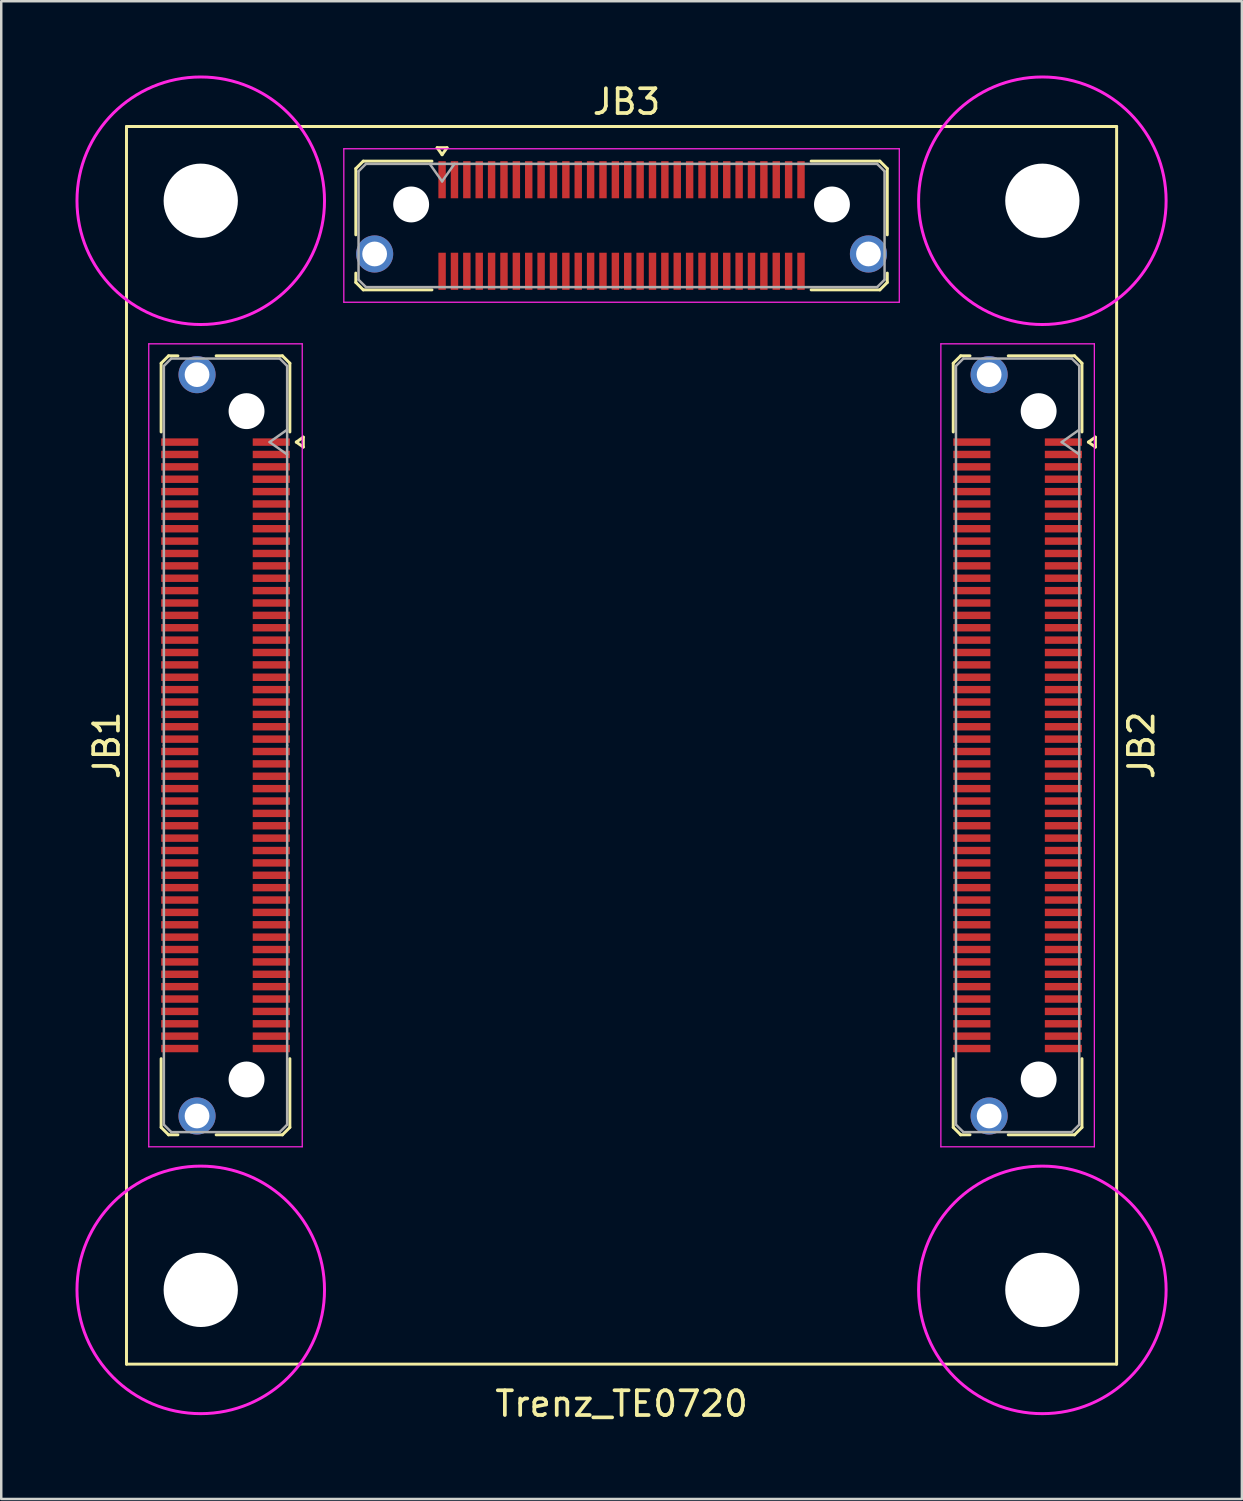
<source format=kicad_pcb>
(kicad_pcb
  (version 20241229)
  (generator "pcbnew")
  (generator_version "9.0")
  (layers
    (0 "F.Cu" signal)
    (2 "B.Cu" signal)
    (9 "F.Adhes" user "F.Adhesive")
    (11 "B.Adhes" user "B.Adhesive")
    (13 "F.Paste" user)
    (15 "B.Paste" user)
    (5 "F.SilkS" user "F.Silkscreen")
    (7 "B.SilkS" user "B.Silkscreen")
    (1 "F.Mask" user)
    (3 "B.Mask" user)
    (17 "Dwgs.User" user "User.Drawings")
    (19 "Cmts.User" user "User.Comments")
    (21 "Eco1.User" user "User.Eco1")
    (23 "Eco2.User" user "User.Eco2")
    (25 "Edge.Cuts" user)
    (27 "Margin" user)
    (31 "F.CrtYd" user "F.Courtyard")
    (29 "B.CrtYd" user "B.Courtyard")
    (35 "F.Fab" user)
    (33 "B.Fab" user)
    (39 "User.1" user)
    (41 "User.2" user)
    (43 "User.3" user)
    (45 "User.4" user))
  (footprint "Trenz_TE0720"
    (layer "F.Cu")
    (at 22.06 27.06)
    (property "Reference" "Trenz_TE0720" (at 0 26.6 0) (layer "F.SilkS") (effects (font (size 1 1) (thickness 0.15))))
    (attr through_hole)
    (fp_line (start -20 -25) (end 20 -25) (stroke (width 0.12) (type solid)) (layer "F.SilkS"))
    (fp_line (start -20 0) (end -20 -25) (stroke (width 0.12) (type solid)) (layer "F.SilkS"))
    (fp_line (start -20 25) (end -20 0) (stroke (width 0.12) (type solid)) (layer "F.SilkS"))
    (fp_line (start -18.6 -15.435) (end -18.6 -12.66) (stroke (width 0.12) (type solid)) (layer "F.SilkS"))
    (fp_line (start -18.6 15.435) (end -18.6 12.66) (stroke (width 0.12) (type solid)) (layer "F.SilkS"))
    (fp_line (start -18.3 -15.735) (end -18.6 -15.435) (stroke (width 0.12) (type solid)) (layer "F.SilkS"))
    (fp_line (start -18.3 15.735) (end -18.6 15.435) (stroke (width 0.12) (type solid)) (layer "F.SilkS"))
    (fp_line (start -17.923 -15.735) (end -18.3 -15.735) (stroke (width 0.12) (type solid)) (layer "F.SilkS"))
    (fp_line (start -17.923 15.735) (end -18.3 15.735) (stroke (width 0.12) (type solid)) (layer "F.SilkS"))
    (fp_line (start -13.7 -15.735) (end -16.377 -15.735) (stroke (width 0.12) (type solid)) (layer "F.SilkS"))
    (fp_line (start -13.7 15.735) (end -16.377 15.735) (stroke (width 0.12) (type solid)) (layer "F.SilkS"))
    (fp_line (start -13.4 -15.435) (end -13.7 -15.735) (stroke (width 0.12) (type solid)) (layer "F.SilkS"))
    (fp_line (start -13.4 -12.66) (end -13.4 -15.435) (stroke (width 0.12) (type solid)) (layer "F.SilkS"))
    (fp_line (start -13.4 12.66) (end -13.4 15.435) (stroke (width 0.12) (type solid)) (layer "F.SilkS"))
    (fp_line (start -13.4 15.435) (end -13.7 15.735) (stroke (width 0.12) (type solid)) (layer "F.SilkS"))
    (fp_line (start -13.14 -12.25) (end -12.857 -12.45) (stroke (width 0.12) (type solid)) (layer "F.SilkS"))
    (fp_line (start -12.857 -12.45) (end -12.857 -12.05) (stroke (width 0.12) (type solid)) (layer "F.SilkS"))
    (fp_line (start -12.857 -12.05) (end -13.14 -12.25) (stroke (width 0.12) (type solid)) (layer "F.SilkS"))
    (fp_line (start -10.735 -23.3) (end -10.735 -20.623) (stroke (width 0.12) (type solid)) (layer "F.SilkS"))
    (fp_line (start -10.735 -19.077) (end -10.735 -18.7) (stroke (width 0.12) (type solid)) (layer "F.SilkS"))
    (fp_line (start -10.735 -18.7) (end -10.435 -18.4) (stroke (width 0.12) (type solid)) (layer "F.SilkS"))
    (fp_line (start -10.435 -23.6) (end -10.735 -23.3) (stroke (width 0.12) (type solid)) (layer "F.SilkS"))
    (fp_line (start -10.435 -18.4) (end -7.66 -18.4) (stroke (width 0.12) (type solid)) (layer "F.SilkS"))
    (fp_line (start -7.66 -23.6) (end -10.435 -23.6) (stroke (width 0.12) (type solid)) (layer "F.SilkS"))
    (fp_line (start -7.45 -24.143) (end -7.05 -24.143) (stroke (width 0.12) (type solid)) (layer "F.SilkS"))
    (fp_line (start -7.25 -23.86) (end -7.45 -24.143) (stroke (width 0.12) (type solid)) (layer "F.SilkS"))
    (fp_line (start -7.05 -24.143) (end -7.25 -23.86) (stroke (width 0.12) (type solid)) (layer "F.SilkS"))
    (fp_line (start 7.66 -23.6) (end 10.435 -23.6) (stroke (width 0.12) (type solid)) (layer "F.SilkS"))
    (fp_line (start 10.435 -23.6) (end 10.735 -23.3) (stroke (width 0.12) (type solid)) (layer "F.SilkS"))
    (fp_line (start 10.435 -18.4) (end 7.66 -18.4) (stroke (width 0.12) (type solid)) (layer "F.SilkS"))
    (fp_line (start 10.735 -23.3) (end 10.735 -20.623) (stroke (width 0.12) (type solid)) (layer "F.SilkS"))
    (fp_line (start 10.735 -19.077) (end 10.735 -18.7) (stroke (width 0.12) (type solid)) (layer "F.SilkS"))
    (fp_line (start 10.735 -18.7) (end 10.435 -18.4) (stroke (width 0.12) (type solid)) (layer "F.SilkS"))
    (fp_line (start 13.4 -15.435) (end 13.4 -12.66) (stroke (width 0.12) (type solid)) (layer "F.SilkS"))
    (fp_line (start 13.4 15.435) (end 13.4 12.66) (stroke (width 0.12) (type solid)) (layer "F.SilkS"))
    (fp_line (start 13.7 -15.735) (end 13.4 -15.435) (stroke (width 0.12) (type solid)) (layer "F.SilkS"))
    (fp_line (start 13.7 15.735) (end 13.4 15.435) (stroke (width 0.12) (type solid)) (layer "F.SilkS"))
    (fp_line (start 14.077 -15.735) (end 13.7 -15.735) (stroke (width 0.12) (type solid)) (layer "F.SilkS"))
    (fp_line (start 14.077 15.735) (end 13.7 15.735) (stroke (width 0.12) (type solid)) (layer "F.SilkS"))
    (fp_line (start 18.3 -15.735) (end 15.623 -15.735) (stroke (width 0.12) (type solid)) (layer "F.SilkS"))
    (fp_line (start 18.3 15.735) (end 15.623 15.735) (stroke (width 0.12) (type solid)) (layer "F.SilkS"))
    (fp_line (start 18.6 -15.435) (end 18.3 -15.735) (stroke (width 0.12) (type solid)) (layer "F.SilkS"))
    (fp_line (start 18.6 -12.66) (end 18.6 -15.435) (stroke (width 0.12) (type solid)) (layer "F.SilkS"))
    (fp_line (start 18.6 12.66) (end 18.6 15.435) (stroke (width 0.12) (type solid)) (layer "F.SilkS"))
    (fp_line (start 18.6 15.435) (end 18.3 15.735) (stroke (width 0.12) (type solid)) (layer "F.SilkS"))
    (fp_line (start 18.86 -12.25) (end 19.143 -12.45) (stroke (width 0.12) (type solid)) (layer "F.SilkS"))
    (fp_line (start 19.143 -12.45) (end 19.143 -12.05) (stroke (width 0.12) (type solid)) (layer "F.SilkS"))
    (fp_line (start 19.143 -12.05) (end 18.86 -12.25) (stroke (width 0.12) (type solid)) (layer "F.SilkS"))
    (fp_line (start 20 -25) (end 20 25) (stroke (width 0.12) (type solid)) (layer "F.SilkS"))
    (fp_line (start 20 25) (end -20 25) (stroke (width 0.12) (type solid)) (layer "F.SilkS"))
    (fp_line (start -19.1 -16.22) (end -19.1 16.22) (stroke (width 0.05) (type solid)) (layer "F.CrtYd"))
    (fp_line (start -19.1 16.22) (end -12.9 16.22) (stroke (width 0.05) (type solid)) (layer "F.CrtYd"))
    (fp_line (start -12.9 -16.22) (end -19.1 -16.22) (stroke (width 0.05) (type solid)) (layer "F.CrtYd"))
    (fp_line (start -12.9 16.22) (end -12.9 -16.22) (stroke (width 0.05) (type solid)) (layer "F.CrtYd"))
    (fp_line (start -11.22 -24.1) (end -11.22 -17.9) (stroke (width 0.05) (type solid)) (layer "F.CrtYd"))
    (fp_line (start -11.22 -17.9) (end 11.22 -17.9) (stroke (width 0.05) (type solid)) (layer "F.CrtYd"))
    (fp_line (start 11.22 -24.1) (end -11.22 -24.1) (stroke (width 0.05) (type solid)) (layer "F.CrtYd"))
    (fp_line (start 11.22 -17.9) (end 11.22 -24.1) (stroke (width 0.05) (type solid)) (layer "F.CrtYd"))
    (fp_line (start 12.9 -16.22) (end 12.9 16.22) (stroke (width 0.05) (type solid)) (layer "F.CrtYd"))
    (fp_line (start 12.9 16.22) (end 19.1 16.22) (stroke (width 0.05) (type solid)) (layer "F.CrtYd"))
    (fp_line (start 19.1 -16.22) (end 12.9 -16.22) (stroke (width 0.05) (type solid)) (layer "F.CrtYd"))
    (fp_line (start 19.1 16.22) (end 19.1 -16.22) (stroke (width 0.05) (type solid)) (layer "F.CrtYd"))
    (fp_circle (center -17 -22) (end -12 -22) (stroke (width 0.12) (type solid)) (fill no) (layer "F.CrtYd"))
    (fp_circle (center -17 22) (end -12 22) (stroke (width 0.12) (type solid)) (fill no) (layer "F.CrtYd"))
    (fp_circle (center 17 -22) (end 22 -22) (stroke (width 0.12) (type solid)) (fill no) (layer "F.CrtYd"))
    (fp_circle (center 17 22) (end 22 22) (stroke (width 0.12) (type solid)) (fill no) (layer "F.CrtYd"))
    (fp_line (start -18.49 -15.325) (end -18.49 0) (stroke (width 0.1) (type solid)) (layer "F.Fab"))
    (fp_line (start -18.49 15.325) (end -18.49 0) (stroke (width 0.1) (type solid)) (layer "F.Fab"))
    (fp_line (start -18.19 -15.625) (end -18.49 -15.325) (stroke (width 0.1) (type solid)) (layer "F.Fab"))
    (fp_line (start -18.19 15.625) (end -18.49 15.325) (stroke (width 0.1) (type solid)) (layer "F.Fab"))
    (fp_line (start -14.217 -12.25) (end -13.51 -11.75) (stroke (width 0.1) (type solid)) (layer "F.Fab"))
    (fp_line (start -13.81 -15.625) (end -18.19 -15.625) (stroke (width 0.1) (type solid)) (layer "F.Fab"))
    (fp_line (start -13.81 15.625) (end -18.19 15.625) (stroke (width 0.1) (type solid)) (layer "F.Fab"))
    (fp_line (start -13.51 -15.325) (end -13.81 -15.625) (stroke (width 0.1) (type solid)) (layer "F.Fab"))
    (fp_line (start -13.51 -12.75) (end -14.217 -12.25) (stroke (width 0.1) (type solid)) (layer "F.Fab"))
    (fp_line (start -13.51 0) (end -13.51 -15.325) (stroke (width 0.1) (type solid)) (layer "F.Fab"))
    (fp_line (start -13.51 0) (end -13.51 15.325) (stroke (width 0.1) (type solid)) (layer "F.Fab"))
    (fp_line (start -13.51 15.325) (end -13.81 15.625) (stroke (width 0.1) (type solid)) (layer "F.Fab"))
    (fp_line (start -10.625 -23.19) (end -10.625 -18.81) (stroke (width 0.1) (type solid)) (layer "F.Fab"))
    (fp_line (start -10.625 -18.81) (end -10.325 -18.51) (stroke (width 0.1) (type solid)) (layer "F.Fab"))
    (fp_line (start -10.325 -23.49) (end -10.625 -23.19) (stroke (width 0.1) (type solid)) (layer "F.Fab"))
    (fp_line (start -10.325 -18.51) (end 0 -18.51) (stroke (width 0.1) (type solid)) (layer "F.Fab"))
    (fp_line (start -7.75 -23.49) (end -7.25 -22.783) (stroke (width 0.1) (type solid)) (layer "F.Fab"))
    (fp_line (start -7.25 -22.783) (end -6.75 -23.49) (stroke (width 0.1) (type solid)) (layer "F.Fab"))
    (fp_line (start 0 -23.49) (end -10.325 -23.49) (stroke (width 0.1) (type solid)) (layer "F.Fab"))
    (fp_line (start 0 -23.49) (end 10.325 -23.49) (stroke (width 0.1) (type solid)) (layer "F.Fab"))
    (fp_line (start 10.325 -23.49) (end 10.625 -23.19) (stroke (width 0.1) (type solid)) (layer "F.Fab"))
    (fp_line (start 10.325 -18.51) (end 0 -18.51) (stroke (width 0.1) (type solid)) (layer "F.Fab"))
    (fp_line (start 10.625 -23.19) (end 10.625 -18.81) (stroke (width 0.1) (type solid)) (layer "F.Fab"))
    (fp_line (start 10.625 -18.81) (end 10.325 -18.51) (stroke (width 0.1) (type solid)) (layer "F.Fab"))
    (fp_line (start 13.51 -15.325) (end 13.51 0) (stroke (width 0.1) (type solid)) (layer "F.Fab"))
    (fp_line (start 13.51 15.325) (end 13.51 0) (stroke (width 0.1) (type solid)) (layer "F.Fab"))
    (fp_line (start 13.81 -15.625) (end 13.51 -15.325) (stroke (width 0.1) (type solid)) (layer "F.Fab"))
    (fp_line (start 13.81 15.625) (end 13.51 15.325) (stroke (width 0.1) (type solid)) (layer "F.Fab"))
    (fp_line (start 17.783 -12.25) (end 18.49 -11.75) (stroke (width 0.1) (type solid)) (layer "F.Fab"))
    (fp_line (start 18.19 -15.625) (end 13.81 -15.625) (stroke (width 0.1) (type solid)) (layer "F.Fab"))
    (fp_line (start 18.19 15.625) (end 13.81 15.625) (stroke (width 0.1) (type solid)) (layer "F.Fab"))
    (fp_line (start 18.49 -15.325) (end 18.19 -15.625) (stroke (width 0.1) (type solid)) (layer "F.Fab"))
    (fp_line (start 18.49 -12.75) (end 17.783 -12.25) (stroke (width 0.1) (type solid)) (layer "F.Fab"))
    (fp_line (start 18.49 0) (end 18.49 -15.325) (stroke (width 0.1) (type solid)) (layer "F.Fab"))
    (fp_line (start 18.49 0) (end 18.49 15.325) (stroke (width 0.1) (type solid)) (layer "F.Fab"))
    (fp_line (start 18.49 15.325) (end 18.19 15.625) (stroke (width 0.1) (type solid)) (layer "F.Fab"))
    (fp_text user "JB2" (at 21 0 90) (layer "F.SilkS") (effects (font (size 1 1) (thickness 0.15))))
    (fp_text user "JB3" (at 0.2 -26 180) (layer "F.SilkS") (effects (font (size 1 1) (thickness 0.15))))
    (fp_text user "JB1" (at -20.8 0 270) (layer "F.SilkS") (effects (font (size 1 1) (thickness 0.15))))
    (pad "" np_thru_hole circle (at -17 -22) (size 3 3) (drill 3) (layers "*.Cu" "*.Mask"))
    (pad "" np_thru_hole circle (at -17 22) (size 3 3) (drill 3) (layers "*.Cu" "*.Mask"))
    (pad "" np_thru_hole circle (at -15.15 -13.5 270) (size 1.45 1.45) (drill 1.45) (layers "*.Cu" "*.Mask"))
    (pad "" np_thru_hole circle (at -15.15 13.5 270) (size 1.45 1.45) (drill 1.45) (layers "*.Cu" "*.Mask"))
    (pad "" np_thru_hole circle (at -8.5 -21.85) (size 1.45 1.45) (drill 1.45) (layers "*.Cu" "*.Mask"))
    (pad "" np_thru_hole circle (at 8.5 -21.85) (size 1.45 1.45) (drill 1.45) (layers "*.Cu" "*.Mask"))
    (pad "" np_thru_hole circle (at 16.85 -13.5 270) (size 1.45 1.45) (drill 1.45) (layers "*.Cu" "*.Mask"))
    (pad "" np_thru_hole circle (at 16.85 13.5 270) (size 1.45 1.45) (drill 1.45) (layers "*.Cu" "*.Mask"))
    (pad "" np_thru_hole circle (at 17 -22) (size 3 3) (drill 3) (layers "*.Cu" "*.Mask"))
    (pad "" np_thru_hole circle (at 17 22) (size 3 3) (drill 3) (layers "*.Cu" "*.Mask"))
    (pad "1.1" smd rect (at -14.15 -12.25 270) (size 0.3 1.5) (layers "F.Cu" "F.Mask" "F.Paste"))
    (pad "1.2" smd rect (at -17.85 -12.25 270) (size 0.3 1.5) (layers "F.Cu" "F.Mask" "F.Paste"))
    (pad "1.3" smd rect (at -14.15 -11.75 270) (size 0.3 1.5) (layers "F.Cu" "F.Mask" "F.Paste"))
    (pad "1.4" smd rect (at -17.85 -11.75 270) (size 0.3 1.5) (layers "F.Cu" "F.Mask" "F.Paste"))
    (pad "1.5" smd rect (at -14.15 -11.25 270) (size 0.3 1.5) (layers "F.Cu" "F.Mask" "F.Paste"))
    (pad "1.6" smd rect (at -17.85 -11.25 270) (size 0.3 1.5) (layers "F.Cu" "F.Mask" "F.Paste"))
    (pad "1.7" smd rect (at -14.15 -10.75 270) (size 0.3 1.5) (layers "F.Cu" "F.Mask" "F.Paste"))
    (pad "1.8" smd rect (at -17.85 -10.75 270) (size 0.3 1.5) (layers "F.Cu" "F.Mask" "F.Paste"))
    (pad "1.9" smd rect (at -14.15 -10.25 270) (size 0.3 1.5) (layers "F.Cu" "F.Mask" "F.Paste"))
    (pad "1.10" smd rect (at -17.85 -10.25 270) (size 0.3 1.5) (layers "F.Cu" "F.Mask" "F.Paste"))
    (pad "1.11" smd rect (at -14.15 -9.75 270) (size 0.3 1.5) (layers "F.Cu" "F.Mask" "F.Paste"))
    (pad "1.12" smd rect (at -17.85 -9.75 270) (size 0.3 1.5) (layers "F.Cu" "F.Mask" "F.Paste"))
    (pad "1.13" smd rect (at -14.15 -9.25 270) (size 0.3 1.5) (layers "F.Cu" "F.Mask" "F.Paste"))
    (pad "1.14" smd rect (at -17.85 -9.25 270) (size 0.3 1.5) (layers "F.Cu" "F.Mask" "F.Paste"))
    (pad "1.15" smd rect (at -14.15 -8.75 270) (size 0.3 1.5) (layers "F.Cu" "F.Mask" "F.Paste"))
    (pad "1.16" smd rect (at -17.85 -8.75 270) (size 0.3 1.5) (layers "F.Cu" "F.Mask" "F.Paste"))
    (pad "1.17" smd rect (at -14.15 -8.25 270) (size 0.3 1.5) (layers "F.Cu" "F.Mask" "F.Paste"))
    (pad "1.18" smd rect (at -17.85 -8.25 270) (size 0.3 1.5) (layers "F.Cu" "F.Mask" "F.Paste"))
    (pad "1.19" smd rect (at -14.15 -7.75 270) (size 0.3 1.5) (layers "F.Cu" "F.Mask" "F.Paste"))
    (pad "1.20" smd rect (at -17.85 -7.75 270) (size 0.3 1.5) (layers "F.Cu" "F.Mask" "F.Paste"))
    (pad "1.21" smd rect (at -14.15 -7.25 270) (size 0.3 1.5) (layers "F.Cu" "F.Mask" "F.Paste"))
    (pad "1.22" smd rect (at -17.85 -7.25 270) (size 0.3 1.5) (layers "F.Cu" "F.Mask" "F.Paste"))
    (pad "1.23" smd rect (at -14.15 -6.75 270) (size 0.3 1.5) (layers "F.Cu" "F.Mask" "F.Paste"))
    (pad "1.24" smd rect (at -17.85 -6.75 270) (size 0.3 1.5) (layers "F.Cu" "F.Mask" "F.Paste"))
    (pad "1.25" smd rect (at -14.15 -6.25 270) (size 0.3 1.5) (layers "F.Cu" "F.Mask" "F.Paste"))
    (pad "1.26" smd rect (at -17.85 -6.25 270) (size 0.3 1.5) (layers "F.Cu" "F.Mask" "F.Paste"))
    (pad "1.27" smd rect (at -14.15 -5.75 270) (size 0.3 1.5) (layers "F.Cu" "F.Mask" "F.Paste"))
    (pad "1.28" smd rect (at -17.85 -5.75 270) (size 0.3 1.5) (layers "F.Cu" "F.Mask" "F.Paste"))
    (pad "1.29" smd rect (at -14.15 -5.25 270) (size 0.3 1.5) (layers "F.Cu" "F.Mask" "F.Paste"))
    (pad "1.30" smd rect (at -17.85 -5.25 270) (size 0.3 1.5) (layers "F.Cu" "F.Mask" "F.Paste"))
    (pad "1.31" smd rect (at -14.15 -4.75 270) (size 0.3 1.5) (layers "F.Cu" "F.Mask" "F.Paste"))
    (pad "1.32" smd rect (at -17.85 -4.75 270) (size 0.3 1.5) (layers "F.Cu" "F.Mask" "F.Paste"))
    (pad "1.33" smd rect (at -14.15 -4.25 270) (size 0.3 1.5) (layers "F.Cu" "F.Mask" "F.Paste"))
    (pad "1.34" smd rect (at -17.85 -4.25 270) (size 0.3 1.5) (layers "F.Cu" "F.Mask" "F.Paste"))
    (pad "1.35" smd rect (at -14.15 -3.75 270) (size 0.3 1.5) (layers "F.Cu" "F.Mask" "F.Paste"))
    (pad "1.36" smd rect (at -17.85 -3.75 270) (size 0.3 1.5) (layers "F.Cu" "F.Mask" "F.Paste"))
    (pad "1.37" smd rect (at -14.15 -3.25 270) (size 0.3 1.5) (layers "F.Cu" "F.Mask" "F.Paste"))
    (pad "1.38" smd rect (at -17.85 -3.25 270) (size 0.3 1.5) (layers "F.Cu" "F.Mask" "F.Paste"))
    (pad "1.39" smd rect (at -14.15 -2.75 270) (size 0.3 1.5) (layers "F.Cu" "F.Mask" "F.Paste"))
    (pad "1.40" smd rect (at -17.85 -2.75 270) (size 0.3 1.5) (layers "F.Cu" "F.Mask" "F.Paste"))
    (pad "1.41" smd rect (at -14.15 -2.25 270) (size 0.3 1.5) (layers "F.Cu" "F.Mask" "F.Paste"))
    (pad "1.42" smd rect (at -17.85 -2.25 270) (size 0.3 1.5) (layers "F.Cu" "F.Mask" "F.Paste"))
    (pad "1.43" smd rect (at -14.15 -1.75 270) (size 0.3 1.5) (layers "F.Cu" "F.Mask" "F.Paste"))
    (pad "1.44" smd rect (at -17.85 -1.75 270) (size 0.3 1.5) (layers "F.Cu" "F.Mask" "F.Paste"))
    (pad "1.45" smd rect (at -14.15 -1.25 270) (size 0.3 1.5) (layers "F.Cu" "F.Mask" "F.Paste"))
    (pad "1.46" smd rect (at -17.85 -1.25 270) (size 0.3 1.5) (layers "F.Cu" "F.Mask" "F.Paste"))
    (pad "1.47" smd rect (at -14.15 -0.75 270) (size 0.3 1.5) (layers "F.Cu" "F.Mask" "F.Paste"))
    (pad "1.48" smd rect (at -17.85 -0.75 270) (size 0.3 1.5) (layers "F.Cu" "F.Mask" "F.Paste"))
    (pad "1.49" smd rect (at -14.15 -0.25 270) (size 0.3 1.5) (layers "F.Cu" "F.Mask" "F.Paste"))
    (pad "1.50" smd rect (at -17.85 -0.25 270) (size 0.3 1.5) (layers "F.Cu" "F.Mask" "F.Paste"))
    (pad "1.51" smd rect (at -14.15 0.25 270) (size 0.3 1.5) (layers "F.Cu" "F.Mask" "F.Paste"))
    (pad "1.52" smd rect (at -17.85 0.25 270) (size 0.3 1.5) (layers "F.Cu" "F.Mask" "F.Paste"))
    (pad "1.53" smd rect (at -14.15 0.75 270) (size 0.3 1.5) (layers "F.Cu" "F.Mask" "F.Paste"))
    (pad "1.54" smd rect (at -17.85 0.75 270) (size 0.3 1.5) (layers "F.Cu" "F.Mask" "F.Paste"))
    (pad "1.55" smd rect (at -14.15 1.25 270) (size 0.3 1.5) (layers "F.Cu" "F.Mask" "F.Paste"))
    (pad "1.56" smd rect (at -17.85 1.25 270) (size 0.3 1.5) (layers "F.Cu" "F.Mask" "F.Paste"))
    (pad "1.57" smd rect (at -14.15 1.75 270) (size 0.3 1.5) (layers "F.Cu" "F.Mask" "F.Paste"))
    (pad "1.58" smd rect (at -17.85 1.75 270) (size 0.3 1.5) (layers "F.Cu" "F.Mask" "F.Paste"))
    (pad "1.59" smd rect (at -14.15 2.25 270) (size 0.3 1.5) (layers "F.Cu" "F.Mask" "F.Paste"))
    (pad "1.60" smd rect (at -17.85 2.25 270) (size 0.3 1.5) (layers "F.Cu" "F.Mask" "F.Paste"))
    (pad "1.61" smd rect (at -14.15 2.75 270) (size 0.3 1.5) (layers "F.Cu" "F.Mask" "F.Paste"))
    (pad "1.62" smd rect (at -17.85 2.75 270) (size 0.3 1.5) (layers "F.Cu" "F.Mask" "F.Paste"))
    (pad "1.63" smd rect (at -14.15 3.25 270) (size 0.3 1.5) (layers "F.Cu" "F.Mask" "F.Paste"))
    (pad "1.64" smd rect (at -17.85 3.25 270) (size 0.3 1.5) (layers "F.Cu" "F.Mask" "F.Paste"))
    (pad "1.65" smd rect (at -14.15 3.75 270) (size 0.3 1.5) (layers "F.Cu" "F.Mask" "F.Paste"))
    (pad "1.66" smd rect (at -17.85 3.75 270) (size 0.3 1.5) (layers "F.Cu" "F.Mask" "F.Paste"))
    (pad "1.67" smd rect (at -14.15 4.25 270) (size 0.3 1.5) (layers "F.Cu" "F.Mask" "F.Paste"))
    (pad "1.68" smd rect (at -17.85 4.25 270) (size 0.3 1.5) (layers "F.Cu" "F.Mask" "F.Paste"))
    (pad "1.69" smd rect (at -14.15 4.75 270) (size 0.3 1.5) (layers "F.Cu" "F.Mask" "F.Paste"))
    (pad "1.70" smd rect (at -17.85 4.75 270) (size 0.3 1.5) (layers "F.Cu" "F.Mask" "F.Paste"))
    (pad "1.71" smd rect (at -14.15 5.25 270) (size 0.3 1.5) (layers "F.Cu" "F.Mask" "F.Paste"))
    (pad "1.72" smd rect (at -17.85 5.25 270) (size 0.3 1.5) (layers "F.Cu" "F.Mask" "F.Paste"))
    (pad "1.73" smd rect (at -14.15 5.75 270) (size 0.3 1.5) (layers "F.Cu" "F.Mask" "F.Paste"))
    (pad "1.74" smd rect (at -17.85 5.75 270) (size 0.3 1.5) (layers "F.Cu" "F.Mask" "F.Paste"))
    (pad "1.75" smd rect (at -14.15 6.25 270) (size 0.3 1.5) (layers "F.Cu" "F.Mask" "F.Paste"))
    (pad "1.76" smd rect (at -17.85 6.25 270) (size 0.3 1.5) (layers "F.Cu" "F.Mask" "F.Paste"))
    (pad "1.77" smd rect (at -14.15 6.75 270) (size 0.3 1.5) (layers "F.Cu" "F.Mask" "F.Paste"))
    (pad "1.78" smd rect (at -17.85 6.75 270) (size 0.3 1.5) (layers "F.Cu" "F.Mask" "F.Paste"))
    (pad "1.79" smd rect (at -14.15 7.25 270) (size 0.3 1.5) (layers "F.Cu" "F.Mask" "F.Paste"))
    (pad "1.80" smd rect (at -17.85 7.25 270) (size 0.3 1.5) (layers "F.Cu" "F.Mask" "F.Paste"))
    (pad "1.81" smd rect (at -14.15 7.75 270) (size 0.3 1.5) (layers "F.Cu" "F.Mask" "F.Paste"))
    (pad "1.82" smd rect (at -17.85 7.75 270) (size 0.3 1.5) (layers "F.Cu" "F.Mask" "F.Paste"))
    (pad "1.83" smd rect (at -14.15 8.25 270) (size 0.3 1.5) (layers "F.Cu" "F.Mask" "F.Paste"))
    (pad "1.84" smd rect (at -17.85 8.25 270) (size 0.3 1.5) (layers "F.Cu" "F.Mask" "F.Paste"))
    (pad "1.85" smd rect (at -14.15 8.75 270) (size 0.3 1.5) (layers "F.Cu" "F.Mask" "F.Paste"))
    (pad "1.86" smd rect (at -17.85 8.75 270) (size 0.3 1.5) (layers "F.Cu" "F.Mask" "F.Paste"))
    (pad "1.87" smd rect (at -14.15 9.25 270) (size 0.3 1.5) (layers "F.Cu" "F.Mask" "F.Paste"))
    (pad "1.88" smd rect (at -17.85 9.25 270) (size 0.3 1.5) (layers "F.Cu" "F.Mask" "F.Paste"))
    (pad "1.89" smd rect (at -14.15 9.75 270) (size 0.3 1.5) (layers "F.Cu" "F.Mask" "F.Paste"))
    (pad "1.90" smd rect (at -17.85 9.75 270) (size 0.3 1.5) (layers "F.Cu" "F.Mask" "F.Paste"))
    (pad "1.91" smd rect (at -14.15 10.25 270) (size 0.3 1.5) (layers "F.Cu" "F.Mask" "F.Paste"))
    (pad "1.92" smd rect (at -17.85 10.25 270) (size 0.3 1.5) (layers "F.Cu" "F.Mask" "F.Paste"))
    (pad "1.93" smd rect (at -14.15 10.75 270) (size 0.3 1.5) (layers "F.Cu" "F.Mask" "F.Paste"))
    (pad "1.94" smd rect (at -17.85 10.75 270) (size 0.3 1.5) (layers "F.Cu" "F.Mask" "F.Paste"))
    (pad "1.95" smd rect (at -14.15 11.25 270) (size 0.3 1.5) (layers "F.Cu" "F.Mask" "F.Paste"))
    (pad "1.96" smd rect (at -17.85 11.25 270) (size 0.3 1.5) (layers "F.Cu" "F.Mask" "F.Paste"))
    (pad "1.97" smd rect (at -14.15 11.75 270) (size 0.3 1.5) (layers "F.Cu" "F.Mask" "F.Paste"))
    (pad "1.98" smd rect (at -17.85 11.75 270) (size 0.3 1.5) (layers "F.Cu" "F.Mask" "F.Paste"))
    (pad "1.99" smd rect (at -14.15 12.25 270) (size 0.3 1.5) (layers "F.Cu" "F.Mask" "F.Paste"))
    (pad "1.100" smd rect (at -17.85 12.25 270) (size 0.3 1.5) (layers "F.Cu" "F.Mask" "F.Paste"))
    (pad "2.1" smd rect (at 17.85 -12.25 270) (size 0.3 1.5) (layers "F.Cu" "F.Mask" "F.Paste"))
    (pad "2.2" smd rect (at 14.15 -12.25 270) (size 0.3 1.5) (layers "F.Cu" "F.Mask" "F.Paste"))
    (pad "2.3" smd rect (at 17.85 -11.75 270) (size 0.3 1.5) (layers "F.Cu" "F.Mask" "F.Paste"))
    (pad "2.4" smd rect (at 14.15 -11.75 270) (size 0.3 1.5) (layers "F.Cu" "F.Mask" "F.Paste"))
    (pad "2.5" smd rect (at 17.85 -11.25 270) (size 0.3 1.5) (layers "F.Cu" "F.Mask" "F.Paste"))
    (pad "2.6" smd rect (at 14.15 -11.25 270) (size 0.3 1.5) (layers "F.Cu" "F.Mask" "F.Paste"))
    (pad "2.7" smd rect (at 17.85 -10.75 270) (size 0.3 1.5) (layers "F.Cu" "F.Mask" "F.Paste"))
    (pad "2.8" smd rect (at 14.15 -10.75 270) (size 0.3 1.5) (layers "F.Cu" "F.Mask" "F.Paste"))
    (pad "2.9" smd rect (at 17.85 -10.25 270) (size 0.3 1.5) (layers "F.Cu" "F.Mask" "F.Paste"))
    (pad "2.10" smd rect (at 14.15 -10.25 270) (size 0.3 1.5) (layers "F.Cu" "F.Mask" "F.Paste"))
    (pad "2.11" smd rect (at 17.85 -9.75 270) (size 0.3 1.5) (layers "F.Cu" "F.Mask" "F.Paste"))
    (pad "2.12" smd rect (at 14.15 -9.75 270) (size 0.3 1.5) (layers "F.Cu" "F.Mask" "F.Paste"))
    (pad "2.13" smd rect (at 17.85 -9.25 270) (size 0.3 1.5) (layers "F.Cu" "F.Mask" "F.Paste"))
    (pad "2.14" smd rect (at 14.15 -9.25 270) (size 0.3 1.5) (layers "F.Cu" "F.Mask" "F.Paste"))
    (pad "2.15" smd rect (at 17.85 -8.75 270) (size 0.3 1.5) (layers "F.Cu" "F.Mask" "F.Paste"))
    (pad "2.16" smd rect (at 14.15 -8.75 270) (size 0.3 1.5) (layers "F.Cu" "F.Mask" "F.Paste"))
    (pad "2.17" smd rect (at 17.85 -8.25 270) (size 0.3 1.5) (layers "F.Cu" "F.Mask" "F.Paste"))
    (pad "2.18" smd rect (at 14.15 -8.25 270) (size 0.3 1.5) (layers "F.Cu" "F.Mask" "F.Paste"))
    (pad "2.19" smd rect (at 17.85 -7.75 270) (size 0.3 1.5) (layers "F.Cu" "F.Mask" "F.Paste"))
    (pad "2.20" smd rect (at 14.15 -7.75 270) (size 0.3 1.5) (layers "F.Cu" "F.Mask" "F.Paste"))
    (pad "2.21" smd rect (at 17.85 -7.25 270) (size 0.3 1.5) (layers "F.Cu" "F.Mask" "F.Paste"))
    (pad "2.22" smd rect (at 14.15 -7.25 270) (size 0.3 1.5) (layers "F.Cu" "F.Mask" "F.Paste"))
    (pad "2.23" smd rect (at 17.85 -6.75 270) (size 0.3 1.5) (layers "F.Cu" "F.Mask" "F.Paste"))
    (pad "2.24" smd rect (at 14.15 -6.75 270) (size 0.3 1.5) (layers "F.Cu" "F.Mask" "F.Paste"))
    (pad "2.25" smd rect (at 17.85 -6.25 270) (size 0.3 1.5) (layers "F.Cu" "F.Mask" "F.Paste"))
    (pad "2.26" smd rect (at 14.15 -6.25 270) (size 0.3 1.5) (layers "F.Cu" "F.Mask" "F.Paste"))
    (pad "2.27" smd rect (at 17.85 -5.75 270) (size 0.3 1.5) (layers "F.Cu" "F.Mask" "F.Paste"))
    (pad "2.28" smd rect (at 14.15 -5.75 270) (size 0.3 1.5) (layers "F.Cu" "F.Mask" "F.Paste"))
    (pad "2.29" smd rect (at 17.85 -5.25 270) (size 0.3 1.5) (layers "F.Cu" "F.Mask" "F.Paste"))
    (pad "2.30" smd rect (at 14.15 -5.25 270) (size 0.3 1.5) (layers "F.Cu" "F.Mask" "F.Paste"))
    (pad "2.31" smd rect (at 17.85 -4.75 270) (size 0.3 1.5) (layers "F.Cu" "F.Mask" "F.Paste"))
    (pad "2.32" smd rect (at 14.15 -4.75 270) (size 0.3 1.5) (layers "F.Cu" "F.Mask" "F.Paste"))
    (pad "2.33" smd rect (at 17.85 -4.25 270) (size 0.3 1.5) (layers "F.Cu" "F.Mask" "F.Paste"))
    (pad "2.34" smd rect (at 14.15 -4.25 270) (size 0.3 1.5) (layers "F.Cu" "F.Mask" "F.Paste"))
    (pad "2.35" smd rect (at 17.85 -3.75 270) (size 0.3 1.5) (layers "F.Cu" "F.Mask" "F.Paste"))
    (pad "2.36" smd rect (at 14.15 -3.75 270) (size 0.3 1.5) (layers "F.Cu" "F.Mask" "F.Paste"))
    (pad "2.37" smd rect (at 17.85 -3.25 270) (size 0.3 1.5) (layers "F.Cu" "F.Mask" "F.Paste"))
    (pad "2.38" smd rect (at 14.15 -3.25 270) (size 0.3 1.5) (layers "F.Cu" "F.Mask" "F.Paste"))
    (pad "2.39" smd rect (at 17.85 -2.75 270) (size 0.3 1.5) (layers "F.Cu" "F.Mask" "F.Paste"))
    (pad "2.40" smd rect (at 14.15 -2.75 270) (size 0.3 1.5) (layers "F.Cu" "F.Mask" "F.Paste"))
    (pad "2.41" smd rect (at 17.85 -2.25 270) (size 0.3 1.5) (layers "F.Cu" "F.Mask" "F.Paste"))
    (pad "2.42" smd rect (at 14.15 -2.25 270) (size 0.3 1.5) (layers "F.Cu" "F.Mask" "F.Paste"))
    (pad "2.43" smd rect (at 17.85 -1.75 270) (size 0.3 1.5) (layers "F.Cu" "F.Mask" "F.Paste"))
    (pad "2.44" smd rect (at 14.15 -1.75 270) (size 0.3 1.5) (layers "F.Cu" "F.Mask" "F.Paste"))
    (pad "2.45" smd rect (at 17.85 -1.25 270) (size 0.3 1.5) (layers "F.Cu" "F.Mask" "F.Paste"))
    (pad "2.46" smd rect (at 14.15 -1.25 270) (size 0.3 1.5) (layers "F.Cu" "F.Mask" "F.Paste"))
    (pad "2.47" smd rect (at 17.85 -0.75 270) (size 0.3 1.5) (layers "F.Cu" "F.Mask" "F.Paste"))
    (pad "2.48" smd rect (at 14.15 -0.75 270) (size 0.3 1.5) (layers "F.Cu" "F.Mask" "F.Paste"))
    (pad "2.49" smd rect (at 17.85 -0.25 270) (size 0.3 1.5) (layers "F.Cu" "F.Mask" "F.Paste"))
    (pad "2.50" smd rect (at 14.15 -0.25 270) (size 0.3 1.5) (layers "F.Cu" "F.Mask" "F.Paste"))
    (pad "2.51" smd rect (at 17.85 0.25 270) (size 0.3 1.5) (layers "F.Cu" "F.Mask" "F.Paste"))
    (pad "2.52" smd rect (at 14.15 0.25 270) (size 0.3 1.5) (layers "F.Cu" "F.Mask" "F.Paste"))
    (pad "2.53" smd rect (at 17.85 0.75 270) (size 0.3 1.5) (layers "F.Cu" "F.Mask" "F.Paste"))
    (pad "2.54" smd rect (at 14.15 0.75 270) (size 0.3 1.5) (layers "F.Cu" "F.Mask" "F.Paste"))
    (pad "2.55" smd rect (at 17.85 1.25 270) (size 0.3 1.5) (layers "F.Cu" "F.Mask" "F.Paste"))
    (pad "2.56" smd rect (at 14.15 1.25 270) (size 0.3 1.5) (layers "F.Cu" "F.Mask" "F.Paste"))
    (pad "2.57" smd rect (at 17.85 1.75 270) (size 0.3 1.5) (layers "F.Cu" "F.Mask" "F.Paste"))
    (pad "2.58" smd rect (at 14.15 1.75 270) (size 0.3 1.5) (layers "F.Cu" "F.Mask" "F.Paste"))
    (pad "2.59" smd rect (at 17.85 2.25 270) (size 0.3 1.5) (layers "F.Cu" "F.Mask" "F.Paste"))
    (pad "2.60" smd rect (at 14.15 2.25 270) (size 0.3 1.5) (layers "F.Cu" "F.Mask" "F.Paste"))
    (pad "2.61" smd rect (at 17.85 2.75 270) (size 0.3 1.5) (layers "F.Cu" "F.Mask" "F.Paste"))
    (pad "2.62" smd rect (at 14.15 2.75 270) (size 0.3 1.5) (layers "F.Cu" "F.Mask" "F.Paste"))
    (pad "2.63" smd rect (at 17.85 3.25 270) (size 0.3 1.5) (layers "F.Cu" "F.Mask" "F.Paste"))
    (pad "2.64" smd rect (at 14.15 3.25 270) (size 0.3 1.5) (layers "F.Cu" "F.Mask" "F.Paste"))
    (pad "2.65" smd rect (at 17.85 3.75 270) (size 0.3 1.5) (layers "F.Cu" "F.Mask" "F.Paste"))
    (pad "2.66" smd rect (at 14.15 3.75 270) (size 0.3 1.5) (layers "F.Cu" "F.Mask" "F.Paste"))
    (pad "2.67" smd rect (at 17.85 4.25 270) (size 0.3 1.5) (layers "F.Cu" "F.Mask" "F.Paste"))
    (pad "2.68" smd rect (at 14.15 4.25 270) (size 0.3 1.5) (layers "F.Cu" "F.Mask" "F.Paste"))
    (pad "2.69" smd rect (at 17.85 4.75 270) (size 0.3 1.5) (layers "F.Cu" "F.Mask" "F.Paste"))
    (pad "2.70" smd rect (at 14.15 4.75 270) (size 0.3 1.5) (layers "F.Cu" "F.Mask" "F.Paste"))
    (pad "2.71" smd rect (at 17.85 5.25 270) (size 0.3 1.5) (layers "F.Cu" "F.Mask" "F.Paste"))
    (pad "2.72" smd rect (at 14.15 5.25 270) (size 0.3 1.5) (layers "F.Cu" "F.Mask" "F.Paste"))
    (pad "2.73" smd rect (at 17.85 5.75 270) (size 0.3 1.5) (layers "F.Cu" "F.Mask" "F.Paste"))
    (pad "2.74" smd rect (at 14.15 5.75 270) (size 0.3 1.5) (layers "F.Cu" "F.Mask" "F.Paste"))
    (pad "2.75" smd rect (at 17.85 6.25 270) (size 0.3 1.5) (layers "F.Cu" "F.Mask" "F.Paste"))
    (pad "2.76" smd rect (at 14.15 6.25 270) (size 0.3 1.5) (layers "F.Cu" "F.Mask" "F.Paste"))
    (pad "2.77" smd rect (at 17.85 6.75 270) (size 0.3 1.5) (layers "F.Cu" "F.Mask" "F.Paste"))
    (pad "2.78" smd rect (at 14.15 6.75 270) (size 0.3 1.5) (layers "F.Cu" "F.Mask" "F.Paste"))
    (pad "2.79" smd rect (at 17.85 7.25 270) (size 0.3 1.5) (layers "F.Cu" "F.Mask" "F.Paste"))
    (pad "2.80" smd rect (at 14.15 7.25 270) (size 0.3 1.5) (layers "F.Cu" "F.Mask" "F.Paste"))
    (pad "2.81" smd rect (at 17.85 7.75 270) (size 0.3 1.5) (layers "F.Cu" "F.Mask" "F.Paste"))
    (pad "2.82" smd rect (at 14.15 7.75 270) (size 0.3 1.5) (layers "F.Cu" "F.Mask" "F.Paste"))
    (pad "2.83" smd rect (at 17.85 8.25 270) (size 0.3 1.5) (layers "F.Cu" "F.Mask" "F.Paste"))
    (pad "2.84" smd rect (at 14.15 8.25 270) (size 0.3 1.5) (layers "F.Cu" "F.Mask" "F.Paste"))
    (pad "2.85" smd rect (at 17.85 8.75 270) (size 0.3 1.5) (layers "F.Cu" "F.Mask" "F.Paste"))
    (pad "2.86" smd rect (at 14.15 8.75 270) (size 0.3 1.5) (layers "F.Cu" "F.Mask" "F.Paste"))
    (pad "2.87" smd rect (at 17.85 9.25 270) (size 0.3 1.5) (layers "F.Cu" "F.Mask" "F.Paste"))
    (pad "2.88" smd rect (at 14.15 9.25 270) (size 0.3 1.5) (layers "F.Cu" "F.Mask" "F.Paste"))
    (pad "2.89" smd rect (at 17.85 9.75 270) (size 0.3 1.5) (layers "F.Cu" "F.Mask" "F.Paste"))
    (pad "2.90" smd rect (at 14.15 9.75 270) (size 0.3 1.5) (layers "F.Cu" "F.Mask" "F.Paste"))
    (pad "2.91" smd rect (at 17.85 10.25 270) (size 0.3 1.5) (layers "F.Cu" "F.Mask" "F.Paste"))
    (pad "2.92" smd rect (at 14.15 10.25 270) (size 0.3 1.5) (layers "F.Cu" "F.Mask" "F.Paste"))
    (pad "2.93" smd rect (at 17.85 10.75 270) (size 0.3 1.5) (layers "F.Cu" "F.Mask" "F.Paste"))
    (pad "2.94" smd rect (at 14.15 10.75 270) (size 0.3 1.5) (layers "F.Cu" "F.Mask" "F.Paste"))
    (pad "2.95" smd rect (at 17.85 11.25 270) (size 0.3 1.5) (layers "F.Cu" "F.Mask" "F.Paste"))
    (pad "2.96" smd rect (at 14.15 11.25 270) (size 0.3 1.5) (layers "F.Cu" "F.Mask" "F.Paste"))
    (pad "2.97" smd rect (at 17.85 11.75 270) (size 0.3 1.5) (layers "F.Cu" "F.Mask" "F.Paste"))
    (pad "2.98" smd rect (at 14.15 11.75 270) (size 0.3 1.5) (layers "F.Cu" "F.Mask" "F.Paste"))
    (pad "2.99" smd rect (at 17.85 12.25 270) (size 0.3 1.5) (layers "F.Cu" "F.Mask" "F.Paste"))
    (pad "2.100" smd rect (at 14.15 12.25 270) (size 0.3 1.5) (layers "F.Cu" "F.Mask" "F.Paste"))
    (pad "3.1" smd rect (at -7.25 -22.85) (size 0.3 1.5) (layers "F.Cu" "F.Mask" "F.Paste"))
    (pad "3.2" smd rect (at -7.25 -19.15) (size 0.3 1.5) (layers "F.Cu" "F.Mask" "F.Paste"))
    (pad "3.3" smd rect (at -6.75 -22.85) (size 0.3 1.5) (layers "F.Cu" "F.Mask" "F.Paste"))
    (pad "3.4" smd rect (at -6.75 -19.15) (size 0.3 1.5) (layers "F.Cu" "F.Mask" "F.Paste"))
    (pad "3.5" smd rect (at -6.25 -22.85) (size 0.3 1.5) (layers "F.Cu" "F.Mask" "F.Paste"))
    (pad "3.6" smd rect (at -6.25 -19.15) (size 0.3 1.5) (layers "F.Cu" "F.Mask" "F.Paste"))
    (pad "3.7" smd rect (at -5.75 -22.85) (size 0.3 1.5) (layers "F.Cu" "F.Mask" "F.Paste"))
    (pad "3.8" smd rect (at -5.75 -19.15) (size 0.3 1.5) (layers "F.Cu" "F.Mask" "F.Paste"))
    (pad "3.9" smd rect (at -5.25 -22.85) (size 0.3 1.5) (layers "F.Cu" "F.Mask" "F.Paste"))
    (pad "3.10" smd rect (at -5.25 -19.15) (size 0.3 1.5) (layers "F.Cu" "F.Mask" "F.Paste"))
    (pad "3.11" smd rect (at -4.75 -22.85) (size 0.3 1.5) (layers "F.Cu" "F.Mask" "F.Paste"))
    (pad "3.12" smd rect (at -4.75 -19.15) (size 0.3 1.5) (layers "F.Cu" "F.Mask" "F.Paste"))
    (pad "3.13" smd rect (at -4.25 -22.85) (size 0.3 1.5) (layers "F.Cu" "F.Mask" "F.Paste"))
    (pad "3.14" smd rect (at -4.25 -19.15) (size 0.3 1.5) (layers "F.Cu" "F.Mask" "F.Paste"))
    (pad "3.15" smd rect (at -3.75 -22.85) (size 0.3 1.5) (layers "F.Cu" "F.Mask" "F.Paste"))
    (pad "3.16" smd rect (at -3.75 -19.15) (size 0.3 1.5) (layers "F.Cu" "F.Mask" "F.Paste"))
    (pad "3.17" smd rect (at -3.25 -22.85) (size 0.3 1.5) (layers "F.Cu" "F.Mask" "F.Paste"))
    (pad "3.18" smd rect (at -3.25 -19.15) (size 0.3 1.5) (layers "F.Cu" "F.Mask" "F.Paste"))
    (pad "3.19" smd rect (at -2.75 -22.85) (size 0.3 1.5) (layers "F.Cu" "F.Mask" "F.Paste"))
    (pad "3.20" smd rect (at -2.75 -19.15) (size 0.3 1.5) (layers "F.Cu" "F.Mask" "F.Paste"))
    (pad "3.21" smd rect (at -2.25 -22.85) (size 0.3 1.5) (layers "F.Cu" "F.Mask" "F.Paste"))
    (pad "3.22" smd rect (at -2.25 -19.15) (size 0.3 1.5) (layers "F.Cu" "F.Mask" "F.Paste"))
    (pad "3.23" smd rect (at -1.75 -22.85) (size 0.3 1.5) (layers "F.Cu" "F.Mask" "F.Paste"))
    (pad "3.24" smd rect (at -1.75 -19.15) (size 0.3 1.5) (layers "F.Cu" "F.Mask" "F.Paste"))
    (pad "3.25" smd rect (at -1.25 -22.85) (size 0.3 1.5) (layers "F.Cu" "F.Mask" "F.Paste"))
    (pad "3.26" smd rect (at -1.25 -19.15) (size 0.3 1.5) (layers "F.Cu" "F.Mask" "F.Paste"))
    (pad "3.27" smd rect (at -0.75 -22.85) (size 0.3 1.5) (layers "F.Cu" "F.Mask" "F.Paste"))
    (pad "3.28" smd rect (at -0.75 -19.15) (size 0.3 1.5) (layers "F.Cu" "F.Mask" "F.Paste"))
    (pad "3.29" smd rect (at -0.25 -22.85) (size 0.3 1.5) (layers "F.Cu" "F.Mask" "F.Paste"))
    (pad "3.30" smd rect (at -0.25 -19.15) (size 0.3 1.5) (layers "F.Cu" "F.Mask" "F.Paste"))
    (pad "3.31" smd rect (at 0.25 -22.85) (size 0.3 1.5) (layers "F.Cu" "F.Mask" "F.Paste"))
    (pad "3.32" smd rect (at 0.25 -19.15) (size 0.3 1.5) (layers "F.Cu" "F.Mask" "F.Paste"))
    (pad "3.33" smd rect (at 0.75 -22.85) (size 0.3 1.5) (layers "F.Cu" "F.Mask" "F.Paste"))
    (pad "3.34" smd rect (at 0.75 -19.15) (size 0.3 1.5) (layers "F.Cu" "F.Mask" "F.Paste"))
    (pad "3.35" smd rect (at 1.25 -22.85) (size 0.3 1.5) (layers "F.Cu" "F.Mask" "F.Paste"))
    (pad "3.36" smd rect (at 1.25 -19.15) (size 0.3 1.5) (layers "F.Cu" "F.Mask" "F.Paste"))
    (pad "3.37" smd rect (at 1.75 -22.85) (size 0.3 1.5) (layers "F.Cu" "F.Mask" "F.Paste"))
    (pad "3.38" smd rect (at 1.75 -19.15) (size 0.3 1.5) (layers "F.Cu" "F.Mask" "F.Paste"))
    (pad "3.39" smd rect (at 2.25 -22.85) (size 0.3 1.5) (layers "F.Cu" "F.Mask" "F.Paste"))
    (pad "3.40" smd rect (at 2.25 -19.15) (size 0.3 1.5) (layers "F.Cu" "F.Mask" "F.Paste"))
    (pad "3.41" smd rect (at 2.75 -22.85) (size 0.3 1.5) (layers "F.Cu" "F.Mask" "F.Paste"))
    (pad "3.42" smd rect (at 2.75 -19.15) (size 0.3 1.5) (layers "F.Cu" "F.Mask" "F.Paste"))
    (pad "3.43" smd rect (at 3.25 -22.85) (size 0.3 1.5) (layers "F.Cu" "F.Mask" "F.Paste"))
    (pad "3.44" smd rect (at 3.25 -19.15) (size 0.3 1.5) (layers "F.Cu" "F.Mask" "F.Paste"))
    (pad "3.45" smd rect (at 3.75 -22.85) (size 0.3 1.5) (layers "F.Cu" "F.Mask" "F.Paste"))
    (pad "3.46" smd rect (at 3.75 -19.15) (size 0.3 1.5) (layers "F.Cu" "F.Mask" "F.Paste"))
    (pad "3.47" smd rect (at 4.25 -22.85) (size 0.3 1.5) (layers "F.Cu" "F.Mask" "F.Paste"))
    (pad "3.48" smd rect (at 4.25 -19.15) (size 0.3 1.5) (layers "F.Cu" "F.Mask" "F.Paste"))
    (pad "3.49" smd rect (at 4.75 -22.85) (size 0.3 1.5) (layers "F.Cu" "F.Mask" "F.Paste"))
    (pad "3.50" smd rect (at 4.75 -19.15) (size 0.3 1.5) (layers "F.Cu" "F.Mask" "F.Paste"))
    (pad "3.51" smd rect (at 5.25 -22.85) (size 0.3 1.5) (layers "F.Cu" "F.Mask" "F.Paste"))
    (pad "3.52" smd rect (at 5.25 -19.15) (size 0.3 1.5) (layers "F.Cu" "F.Mask" "F.Paste"))
    (pad "3.53" smd rect (at 5.75 -22.85) (size 0.3 1.5) (layers "F.Cu" "F.Mask" "F.Paste"))
    (pad "3.54" smd rect (at 5.75 -19.15) (size 0.3 1.5) (layers "F.Cu" "F.Mask" "F.Paste"))
    (pad "3.55" smd rect (at 6.25 -22.85) (size 0.3 1.5) (layers "F.Cu" "F.Mask" "F.Paste"))
    (pad "3.56" smd rect (at 6.25 -19.15) (size 0.3 1.5) (layers "F.Cu" "F.Mask" "F.Paste"))
    (pad "3.57" smd rect (at 6.75 -22.85) (size 0.3 1.5) (layers "F.Cu" "F.Mask" "F.Paste"))
    (pad "3.58" smd rect (at 6.75 -19.15) (size 0.3 1.5) (layers "F.Cu" "F.Mask" "F.Paste"))
    (pad "3.59" smd rect (at 7.25 -22.85) (size 0.3 1.5) (layers "F.Cu" "F.Mask" "F.Paste"))
    (pad "3.60" smd rect (at 7.25 -19.15) (size 0.3 1.5) (layers "F.Cu" "F.Mask" "F.Paste"))
    (pad "SH1" thru_hole circle (at -17.15 -14.975 270) (size 1.5 1.5) (drill 1) (layers "*.Cu" "*.Mask"))
    (pad "SH1" thru_hole circle (at -17.15 14.975 270) (size 1.5 1.5) (drill 1) (layers "*.Cu" "*.Mask"))
    (pad "SH2" thru_hole circle (at 14.85 -14.975 270) (size 1.5 1.5) (drill 1) (layers "*.Cu" "*.Mask"))
    (pad "SH2" thru_hole circle (at 14.85 14.975 270) (size 1.5 1.5) (drill 1) (layers "*.Cu" "*.Mask"))
    (pad "SH3" thru_hole circle (at -9.975 -19.85) (size 1.5 1.5) (drill 1) (layers "*.Cu" "*.Mask"))
    (pad "SH3" thru_hole circle (at 9.975 -19.85) (size 1.5 1.5) (drill 1) (layers "*.Cu" "*.Mask")))
  (gr_rect
    (start -3 -3)
    (end 47.12 57.508)
    (stroke (width 0.1) (type default))
    (fill no)
    (layer "Edge.Cuts")))
</source>
